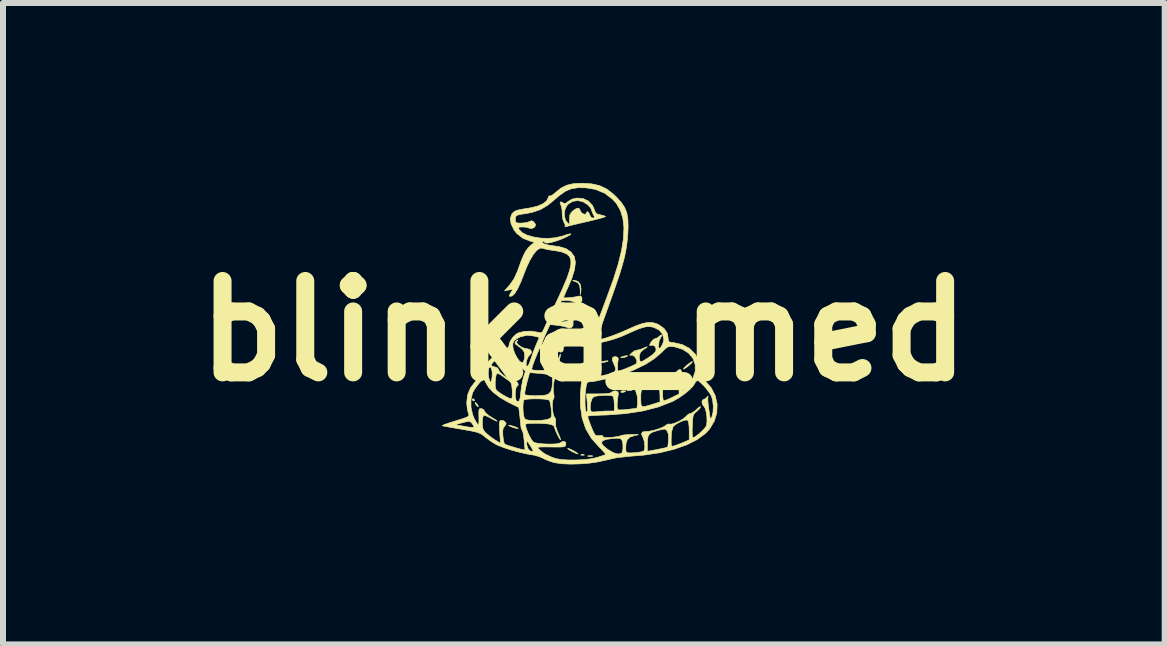
<source format=kicad_pcb>
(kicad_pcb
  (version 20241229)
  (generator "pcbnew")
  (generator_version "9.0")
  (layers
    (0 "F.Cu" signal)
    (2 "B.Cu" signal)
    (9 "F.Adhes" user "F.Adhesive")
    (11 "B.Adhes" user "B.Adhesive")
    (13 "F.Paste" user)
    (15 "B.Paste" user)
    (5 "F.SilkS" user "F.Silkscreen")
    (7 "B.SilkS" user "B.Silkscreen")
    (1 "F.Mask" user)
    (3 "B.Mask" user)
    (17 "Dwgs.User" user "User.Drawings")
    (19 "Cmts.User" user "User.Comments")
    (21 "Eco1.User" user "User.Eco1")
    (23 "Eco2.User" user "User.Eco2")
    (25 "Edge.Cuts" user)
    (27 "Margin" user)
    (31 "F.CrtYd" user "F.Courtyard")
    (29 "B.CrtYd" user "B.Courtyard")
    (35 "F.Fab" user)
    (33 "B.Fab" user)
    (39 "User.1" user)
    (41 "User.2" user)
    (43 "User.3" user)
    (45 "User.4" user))
  (footprint "blinka_med"
    (layer "F.Cu")
    (at 6.684 2.469)
    (property "Reference" "blinka_med" (at 0 0 0) (layer "F.SilkS") (effects (font (size 1.524 1.524) (thickness 0.3))))
    (attr through_hole)
    (fp_poly (pts (xy -0.113 -0.416) (xy -0.11 -0.391) (xy -0.113 -0.388) (xy -0.125 -0.391) (xy -0.127 -0.402) (xy -0.119 -0.42) (xy -0.113 -0.416)) (stroke (width 0.01) (type solid)) (fill yes) (layer "F.SilkS"))
    (fp_poly (pts (xy 0.005 2.06) (xy 0.008 2.068) (xy -0.021 2.071) (xy -0.051 2.068) (xy -0.048 2.06) (xy -0.004 2.058) (xy 0.005 2.06)) (stroke (width 0.01) (type solid)) (fill yes) (layer "F.SilkS"))
    (fp_poly (pts (xy -1.809 1.191) (xy -1.787 1.211) (xy -1.763 1.243) (xy -1.762 1.261) (xy -1.779 1.254) (xy -1.8 1.224) (xy -1.816 1.191) (xy -1.809 1.191)) (stroke (width 0.01) (type solid)) (fill yes) (layer "F.SilkS"))
    (fp_poly (pts (xy -1.841 1.132) (xy -1.821 1.151) (xy -1.82 1.155) (xy -1.837 1.164) (xy -1.841 1.164) (xy -1.862 1.148) (xy -1.863 1.142) (xy -1.85 1.129) (xy -1.841 1.132)) (stroke (width 0.01) (type solid)) (fill yes) (layer "F.SilkS"))
    (fp_poly (pts (xy 0.143 2.081) (xy 0.149 2.087) (xy 0.12 2.09) (xy 0.106 2.091) (xy 0.067 2.088) (xy 0.063 2.083) (xy 0.069 2.081) (xy 0.122 2.078) (xy 0.143 2.081)) (stroke (width 0.01) (type solid)) (fill yes) (layer "F.SilkS"))
    (fp_poly (pts (xy 0.691 0.998) (xy 0.699 1.003) (xy 0.681 1.014) (xy 0.656 1.022) (xy 0.622 1.023) (xy 0.614 1.014) (xy 0.632 0.998) (xy 0.656 0.995) (xy 0.691 0.998)) (stroke (width 0.01) (type solid)) (fill yes) (layer "F.SilkS"))
    (fp_poly (pts (xy 0.813 0.977) (xy 0.79 0.989) (xy 0.753 0.995) (xy 0.724 0.992) (xy 0.72 0.987) (xy 0.738 0.977) (xy 0.772 0.969) (xy 0.807 0.967) (xy 0.813 0.977)) (stroke (width 0.01) (type solid)) (fill yes) (layer "F.SilkS"))
    (fp_poly (pts (xy -0.248 1.96) (xy -0.201 1.981) (xy -0.167 1.999) (xy -0.113 2.033) (xy -0.096 2.049) (xy -0.112 2.048) (xy -0.159 2.028) (xy -0.198 2.008) (xy -0.245 1.981) (xy -0.269 1.96) (xy -0.27 1.956) (xy -0.248 1.96)) (stroke (width 0.01) (type solid)) (fill yes) (layer "F.SilkS"))
    (fp_poly (pts (xy 0.405 0.5) (xy 0.392 0.507) (xy 0.355 0.518) (xy 0.31 0.526) (xy 0.271 0.529) (xy 0.254 0.525) (xy 0.256 0.521) (xy 0.28 0.514) (xy 0.331 0.504) (xy 0.349 0.501) (xy 0.397 0.495) (xy 0.405 0.5)) (stroke (width 0.01) (type solid)) (fill yes) (layer "F.SilkS"))
    (fp_poly (pts (xy 0.728 0.416) (xy 0.72 0.422) (xy 0.69 0.435) (xy 0.652 0.443) (xy 0.621 0.445) (xy 0.614 0.439) (xy 0.616 0.437) (xy 0.64 0.427) (xy 0.688 0.415) (xy 0.688 0.415) (xy 0.727 0.409) (xy 0.728 0.416)) (stroke (width 0.01) (type solid)) (fill yes) (layer "F.SilkS"))
    (fp_poly (pts (xy -1.209 1.577) (xy -1.152 1.595) (xy -1.143 1.598) (xy -1.104 1.616) (xy -1.095 1.626) (xy -1.101 1.627) (xy -1.141 1.619) (xy -1.198 1.601) (xy -1.206 1.598) (xy -1.246 1.58) (xy -1.254 1.57) (xy -1.249 1.57) (xy -1.209 1.577)) (stroke (width 0.01) (type solid)) (fill yes) (layer "F.SilkS"))
    (fp_poly (pts (xy -0.264 0.007) (xy -0.278 0.057) (xy -0.295 0.108) (xy -0.317 0.165) (xy -0.332 0.197) (xy -0.337 0.2) (xy -0.332 0.168) (xy -0.318 0.118) (xy -0.299 0.062) (xy -0.28 0.013) (xy -0.266 -0.014) (xy -0.262 -0.015) (xy -0.264 0.007)) (stroke (width 0.01) (type solid)) (fill yes) (layer "F.SilkS"))
    (fp_poly (pts (xy -0.1 -0.829) (xy -0.061 -0.782) (xy -0.047 -0.71) (xy -0.048 -0.685) (xy -0.056 -0.603) (xy -0.06 -0.691) (xy -0.072 -0.764) (xy -0.103 -0.808) (xy -0.159 -0.831) (xy -0.188 -0.84) (xy -0.176 -0.843) (xy -0.157 -0.844) (xy -0.1 -0.829)) (stroke (width 0.01) (type solid)) (fill yes) (layer "F.SilkS"))
    (fp_poly (pts (xy 1.168 0.877) (xy 1.138 0.893) (xy 1.122 0.9) (xy 1.064 0.919) (xy 1.02 0.928) (xy 1.016 0.928) (xy 1.012 0.922) (xy 1.042 0.906) (xy 1.058 0.9) (xy 1.116 0.881) (xy 1.16 0.871) (xy 1.164 0.871) (xy 1.168 0.877)) (stroke (width 0.01) (type solid)) (fill yes) (layer "F.SilkS"))
    (fp_poly (pts (xy 1.807 0.52) (xy 1.779 0.55) (xy 1.756 0.571) (xy 1.708 0.609) (xy 1.671 0.631) (xy 1.662 0.634) (xy 1.664 0.623) (xy 1.692 0.593) (xy 1.715 0.572) (xy 1.764 0.534) (xy 1.8 0.512) (xy 1.809 0.509) (xy 1.807 0.52)) (stroke (width 0.01) (type solid)) (fill yes) (layer "F.SilkS"))
    (fp_poly (pts (xy -0.015 -2.21) (xy 0.075 -2.168) (xy 0.143 -2.096) (xy 0.171 -2.034) (xy 0.193 -1.978) (xy 0.223 -1.951) (xy 0.277 -1.937) (xy 0.278 -1.936) (xy 0.33 -1.924) (xy 0.358 -1.912) (xy 0.36 -1.908) (xy 0.34 -1.899) (xy 0.287 -1.883) (xy 0.206 -1.861) (xy 0.105 -1.837) (xy 0.049 -1.824) (xy -0.062 -1.798) (xy -0.161 -1.775) (xy -0.238 -1.756) (xy -0.285 -1.744) (xy -0.295 -1.741) (xy -0.316 -1.738) (xy -0.313 -1.746) (xy -0.312 -1.773) (xy -0.329 -1.807) (xy -0.348 -1.854) (xy -0.359 -1.923) (xy -0.359 -1.925) (xy -0.325 -1.925) (xy -0.307 -1.851) (xy -0.287 -1.822) (xy -0.257 -1.79) (xy -0.243 -1.778) (xy -0.24 -1.797) (xy -0.24 -1.844) (xy -0.241 -1.865) (xy -0.235 -1.931) (xy -0.21 -1.977) (xy -0.184 -2.002) (xy -0.123 -2.044) (xy -0.083 -2.048) (xy -0.061 -2.014) (xy -0.06 -2.006) (xy -0.042 -1.974) (xy -0.01 -1.953) (xy 0.023 -1.946) (xy 0.042 -1.961) (xy 0.042 -1.967) (xy 0.052 -1.99) (xy 0.072 -1.983) (xy 0.092 -1.952) (xy 0.097 -1.937) (xy 0.122 -1.894) (xy 0.149 -1.884) (xy 0.174 -1.888) (xy 0.175 -1.907) (xy 0.158 -1.942) (xy 0.136 -1.99) (xy 0.127 -2.023) (xy 0.113 -2.051) (xy 0.078 -2.092) (xy 0.067 -2.103) (xy -0.014 -2.156) (xy -0.102 -2.175) (xy -0.188 -2.162) (xy -0.261 -2.116) (xy -0.289 -2.082) (xy -0.32 -2.008) (xy -0.325 -1.925) (xy -0.359 -1.925) (xy -0.36 -1.953) (xy -0.364 -2.024) (xy -0.376 -2.082) (xy -0.383 -2.099) (xy -0.396 -2.141) (xy -0.383 -2.156) (xy -0.349 -2.138) (xy -0.321 -2.124) (xy -0.29 -2.137) (xy -0.265 -2.158) (xy -0.199 -2.198) (xy -0.118 -2.217) (xy -0.015 -2.21)) (stroke (width 0.01) (type solid)) (fill yes) (layer "F.SilkS"))
    (fp_poly (pts (xy -0.032 -2.464) (xy 0.13 -2.454) (xy 0.263 -2.424) (xy 0.379 -2.369) (xy 0.489 -2.285) (xy 0.542 -2.235) (xy 0.623 -2.145) (xy 0.68 -2.061) (xy 0.716 -1.971) (xy 0.734 -1.868) (xy 0.738 -1.739) (xy 0.734 -1.642) (xy 0.726 -1.532) (xy 0.714 -1.428) (xy 0.697 -1.324) (xy 0.673 -1.214) (xy 0.64 -1.093) (xy 0.598 -0.953) (xy 0.543 -0.79) (xy 0.476 -0.598) (xy 0.425 -0.457) (xy 0.372 -0.308) (xy 0.323 -0.172) (xy 0.283 -0.054) (xy 0.251 0.04) (xy 0.229 0.107) (xy 0.22 0.14) (xy 0.22 0.143) (xy 0.249 0.145) (xy 0.308 0.133) (xy 0.391 0.108) (xy 0.489 0.074) (xy 0.594 0.033) (xy 0.699 -0.012) (xy 0.728 -0.025) (xy 0.868 -0.087) (xy 0.98 -0.126) (xy 1.072 -0.144) (xy 1.151 -0.14) (xy 1.224 -0.118) (xy 1.245 -0.108) (xy 1.337 -0.043) (xy 1.391 0.037) (xy 1.405 0.117) (xy 1.408 0.159) (xy 1.424 0.181) (xy 1.463 0.191) (xy 1.504 0.195) (xy 1.641 0.226) (xy 1.759 0.288) (xy 1.85 0.377) (xy 1.866 0.4) (xy 1.904 0.468) (xy 1.921 0.528) (xy 1.924 0.605) (xy 1.924 0.619) (xy 1.922 0.687) (xy 1.93 0.731) (xy 1.955 0.768) (xy 2.002 0.813) (xy 2.016 0.825) (xy 2.122 0.944) (xy 2.19 1.077) (xy 2.222 1.219) (xy 2.217 1.363) (xy 2.175 1.503) (xy 2.096 1.633) (xy 2.027 1.708) (xy 1.888 1.81) (xy 1.713 1.898) (xy 1.505 1.971) (xy 1.266 2.029) (xy 1 2.069) (xy 0.777 2.087) (xy 0.551 2.111) (xy 0.36 2.154) (xy 0.235 2.182) (xy 0.089 2.203) (xy -0.067 2.215) (xy -0.221 2.219) (xy -0.361 2.213) (xy -0.476 2.197) (xy -0.506 2.19) (xy -0.585 2.164) (xy -0.657 2.134) (xy -0.686 2.119) (xy -0.748 2.092) (xy -0.826 2.07) (xy -0.857 2.065) (xy -0.968 2.046) (xy -1.093 2.016) (xy -1.221 1.981) (xy -1.337 1.943) (xy -1.431 1.907) (xy -1.464 1.891) (xy -1.543 1.842) (xy -1.624 1.784) (xy -1.653 1.761) (xy -1.689 1.732) (xy -1.726 1.709) (xy -1.771 1.691) (xy -1.833 1.675) (xy -1.92 1.658) (xy -2.039 1.637) (xy -2.147 1.619) (xy -2.242 1.602) (xy -2.313 1.589) (xy -2.354 1.581) (xy -2.36 1.58) (xy -2.351 1.571) (xy -2.327 1.561) (xy -2.148 1.561) (xy -2.064 1.576) (xy -2.002 1.587) (xy -1.954 1.596) (xy -1.947 1.597) (xy -1.9 1.604) (xy -1.867 1.606) (xy -1.835 1.605) (xy -1.833 1.591) (xy -1.854 1.556) (xy -1.877 1.524) (xy -1.902 1.509) (xy -1.939 1.508) (xy -1.999 1.522) (xy -2.043 1.533) (xy -2.148 1.561) (xy -2.327 1.561) (xy -2.309 1.554) (xy -2.241 1.53) (xy -2.194 1.515) (xy -2.08 1.48) (xy -2.001 1.455) (xy -1.951 1.436) (xy -1.925 1.419) (xy -1.916 1.403) (xy -1.92 1.382) (xy -1.928 1.361) (xy -1.942 1.305) (xy -1.946 1.265) (xy -1.882 1.265) (xy -1.856 1.389) (xy -1.829 1.456) (xy -1.797 1.516) (xy -1.771 1.555) (xy -1.759 1.566) (xy -1.752 1.547) (xy -1.749 1.497) (xy -1.75 1.429) (xy -1.751 1.355) (xy -1.748 1.313) (xy -1.736 1.295) (xy -1.713 1.291) (xy -1.712 1.291) (xy -1.67 1.31) (xy -1.657 1.335) (xy -1.633 1.368) (xy -1.584 1.41) (xy -1.537 1.44) (xy -1.483 1.473) (xy -1.451 1.496) (xy -1.448 1.503) (xy -1.476 1.493) (xy -1.527 1.467) (xy -1.559 1.449) (xy -1.616 1.42) (xy -1.659 1.407) (xy -1.672 1.408) (xy -1.684 1.435) (xy -1.692 1.489) (xy -1.693 1.532) (xy -1.69 1.602) (xy -1.675 1.649) (xy -1.641 1.692) (xy -1.625 1.707) (xy -1.559 1.761) (xy -1.486 1.813) (xy -1.473 1.821) (xy -1.39 1.87) (xy -1.403 1.686) (xy -1.408 1.594) (xy -1.408 1.537) (xy -1.401 1.505) (xy -1.387 1.49) (xy -1.384 1.488) (xy -1.345 1.492) (xy -1.317 1.51) (xy -1.296 1.538) (xy -1.303 1.564) (xy -1.322 1.586) (xy -1.345 1.622) (xy -1.353 1.672) (xy -1.35 1.746) (xy -1.341 1.815) (xy -1.329 1.867) (xy -1.32 1.884) (xy -1.295 1.896) (xy -1.243 1.914) (xy -1.175 1.935) (xy -1.104 1.956) (xy -1.04 1.972) (xy -0.996 1.982) (xy -0.982 1.982) (xy -0.983 1.961) (xy -0.987 1.909) (xy -0.992 1.858) (xy -0.954 1.858) (xy -0.951 1.898) (xy -0.939 1.943) (xy -0.92 1.977) (xy -0.919 1.978) (xy -0.882 2.005) (xy -0.854 2.01) (xy -0.847 1.997) (xy -0.857 1.972) (xy -0.881 1.929) (xy -0.91 1.884) (xy -0.934 1.85) (xy -0.944 1.841) (xy -0.954 1.858) (xy -0.992 1.858) (xy -0.994 1.836) (xy -0.995 1.823) (xy -1.005 1.746) (xy -1.016 1.686) (xy -1.028 1.655) (xy -1.029 1.654) (xy -1.044 1.624) (xy -1.05 1.587) (xy -1.055 1.538) (xy -1.062 1.465) (xy -1.069 1.404) (xy -1.085 1.274) (xy -1.12 1.257) (xy -1.015 1.257) (xy -1.013 1.335) (xy -1.004 1.408) (xy -1.003 1.414) (xy -0.99 1.457) (xy -0.963 1.478) (xy -0.909 1.488) (xy -0.902 1.489) (xy -0.804 1.493) (xy -0.706 1.489) (xy -0.623 1.477) (xy -0.572 1.461) (xy -0.549 1.444) (xy -0.539 1.417) (xy -0.538 1.369) (xy -0.543 1.306) (xy -0.553 1.234) (xy -0.565 1.178) (xy -0.575 1.154) (xy -0.606 1.143) (xy -0.665 1.135) (xy -0.743 1.131) (xy -0.827 1.13) (xy -0.905 1.133) (xy -0.966 1.139) (xy -0.998 1.149) (xy -1 1.151) (xy -1.011 1.191) (xy -1.015 1.257) (xy -1.12 1.257) (xy -1.259 1.188) (xy -1.396 1.109) (xy -1.509 1.023) (xy -1.591 0.935) (xy -1.601 0.917) (xy -1.478 0.917) (xy -1.469 0.965) (xy -1.449 0.995) (xy -1.446 0.998) (xy -1.397 1.034) (xy -1.337 1.072) (xy -1.277 1.105) (xy -1.229 1.126) (xy -1.204 1.131) (xy -1.196 1.106) (xy -1.193 1.051) (xy -1.194 0.99) (xy -1.202 0.908) (xy -1.217 0.859) (xy -1.237 0.837) (xy -1.277 0.81) (xy -1.331 0.771) (xy -1.35 0.756) (xy -1.4 0.722) (xy -1.439 0.705) (xy -1.448 0.705) (xy -1.461 0.728) (xy -1.472 0.782) (xy -1.477 0.839) (xy -1.478 0.917) (xy -1.601 0.917) (xy -1.63 0.868) (xy -1.652 0.824) (xy -1.672 0.804) (xy -1.673 0.804) (xy -1.699 0.82) (xy -1.739 0.862) (xy -1.784 0.917) (xy -1.825 0.976) (xy -1.854 1.028) (xy -1.855 1.03) (xy -1.881 1.139) (xy -1.882 1.265) (xy -1.946 1.265) (xy -1.951 1.229) (xy -1.952 1.185) (xy -1.938 1.064) (xy -1.891 0.95) (xy -1.807 0.838) (xy -1.756 0.786) (xy -1.703 0.73) (xy -1.686 0.709) (xy -1.596 0.709) (xy -1.586 0.775) (xy -1.582 0.791) (xy -1.566 0.84) (xy -1.556 0.854) (xy -1.544 0.835) (xy -1.54 0.823) (xy -1.53 0.769) (xy -1.528 0.701) (xy -1.528 0.69) (xy -1.538 0.635) (xy -1.553 0.602) (xy -1.558 0.599) (xy -1.58 0.609) (xy -1.593 0.65) (xy -1.596 0.709) (xy -1.686 0.709) (xy -1.665 0.681) (xy -1.651 0.649) (xy -1.632 0.574) (xy -1.629 0.569) (xy -1.545 0.569) (xy -1.527 0.586) (xy -1.487 0.597) (xy -1.437 0.616) (xy -1.423 0.646) (xy -1.401 0.683) (xy -1.353 0.728) (xy -1.292 0.773) (xy -1.229 0.808) (xy -1.177 0.825) (xy -1.17 0.826) (xy -1.129 0.838) (xy -1.101 0.866) (xy -1.093 0.897) (xy -1.112 0.918) (xy -1.13 0.945) (xy -1.141 0.997) (xy -1.144 1.061) (xy -1.139 1.121) (xy -1.126 1.162) (xy -1.117 1.17) (xy -1.09 1.173) (xy -1.073 1.155) (xy -1.061 1.109) (xy -1.054 1.053) (xy -0.986 1.053) (xy -0.984 1.059) (xy -0.958 1.068) (xy -0.901 1.075) (xy -0.823 1.079) (xy -0.798 1.079) (xy -0.7 1.076) (xy -0.634 1.067) (xy -0.591 1.051) (xy -0.579 1.042) (xy -0.549 1.005) (xy -0.532 0.948) (xy -0.524 0.883) (xy -0.523 0.802) (xy -0.532 0.752) (xy -0.539 0.741) (xy -0.571 0.73) (xy -0.632 0.719) (xy -0.712 0.709) (xy -0.734 0.707) (xy -0.904 0.693) (xy -0.951 0.865) (xy -0.97 0.947) (xy -0.983 1.013) (xy -0.986 1.053) (xy -1.054 1.053) (xy -1.052 1.028) (xy -1.051 1.016) (xy -1.039 0.923) (xy -1.021 0.827) (xy -1.007 0.774) (xy -0.975 0.669) (xy -1.089 0.562) (xy -1.147 0.502) (xy -1.192 0.447) (xy -1.216 0.408) (xy -1.216 0.407) (xy -1.234 0.376) (xy -1.266 0.37) (xy -1.319 0.386) (xy -1.376 0.413) (xy -1.428 0.446) (xy -1.481 0.49) (xy -1.524 0.533) (xy -1.545 0.565) (xy -1.545 0.569) (xy -1.629 0.569) (xy -1.58 0.495) (xy -1.503 0.419) (xy -1.407 0.355) (xy -1.347 0.326) (xy -1.282 0.293) (xy -1.252 0.26) (xy -1.25 0.25) (xy -1.185 0.25) (xy -1.175 0.309) (xy -1.149 0.379) (xy -1.113 0.446) (xy -1.074 0.5) (xy -1.038 0.528) (xy -1.029 0.529) (xy -1.006 0.511) (xy -0.991 0.465) (xy -0.986 0.407) (xy -0.994 0.352) (xy -0.996 0.347) (xy -1.024 0.307) (xy -1.074 0.265) (xy -1.089 0.254) (xy -1.136 0.221) (xy -1.15 0.197) (xy -1.141 0.178) (xy -1.114 0.153) (xy -1.104 0.148) (xy -1.106 0.16) (xy -1.117 0.173) (xy -1.119 0.199) (xy -1.091 0.231) (xy -1.045 0.264) (xy -0.991 0.288) (xy -0.942 0.296) (xy -0.894 0.31) (xy -0.872 0.341) (xy -0.882 0.379) (xy -0.897 0.392) (xy -0.925 0.425) (xy -0.947 0.472) (xy -0.96 0.522) (xy -0.963 0.564) (xy -0.952 0.586) (xy -0.933 0.583) (xy -0.918 0.559) (xy -0.897 0.506) (xy -0.878 0.45) (xy -0.847 0.359) (xy -0.809 0.262) (xy -0.791 0.218) (xy -0.742 0.107) (xy -0.829 0.084) (xy -0.947 0.07) (xy -1.059 0.097) (xy -1.117 0.127) (xy -1.164 0.163) (xy -1.183 0.206) (xy -1.185 0.25) (xy -1.25 0.25) (xy -1.249 0.243) (xy -1.231 0.177) (xy -1.187 0.108) (xy -1.127 0.051) (xy -1.09 0.03) (xy -0.992 0.006) (xy -0.877 0.002) (xy -0.767 0.02) (xy -0.767 0.02) (xy -0.719 0.03) (xy -0.692 0.017) (xy -0.67 -0.027) (xy -0.669 -0.028) (xy -0.652 -0.066) (xy -0.62 -0.136) (xy -0.576 -0.232) (xy -0.523 -0.346) (xy -0.464 -0.473) (xy -0.433 -0.538) (xy -0.347 -0.727) (xy -0.281 -0.883) (xy -0.238 -1.009) (xy -0.216 -1.109) (xy -0.217 -1.186) (xy -0.24 -1.244) (xy -0.287 -1.285) (xy -0.357 -1.315) (xy -0.451 -1.335) (xy -0.519 -1.345) (xy -0.594 -1.356) (xy -0.656 -1.37) (xy -0.684 -1.38) (xy -0.73 -1.382) (xy -0.784 -1.346) (xy -0.842 -1.277) (xy -0.901 -1.177) (xy -0.96 -1.051) (xy -0.994 -0.963) (xy -1.051 -0.817) (xy -1.104 -0.704) (xy -1.152 -0.626) (xy -1.193 -0.586) (xy -1.198 -0.584) (xy -1.235 -0.577) (xy -1.241 -0.597) (xy -1.216 -0.644) (xy -1.181 -0.698) (xy -1.251 -0.684) (xy -1.322 -0.67) (xy -1.237 -0.767) (xy -1.167 -0.866) (xy -1.107 -0.995) (xy -1.091 -1.041) (xy -1.044 -1.171) (xy -1.003 -1.268) (xy -0.965 -1.339) (xy -0.924 -1.392) (xy -0.889 -1.425) (xy -0.824 -1.48) (xy -0.883 -1.495) (xy -1.014 -1.545) (xy -1.119 -1.627) (xy -1.165 -1.688) (xy -1.213 -1.787) (xy -1.224 -1.861) (xy -1.143 -1.861) (xy -1.14 -1.823) (xy -1.124 -1.805) (xy -1.083 -1.8) (xy -1.047 -1.799) (xy -0.979 -1.805) (xy -0.924 -1.818) (xy -0.912 -1.824) (xy -0.871 -1.839) (xy -0.838 -1.822) (xy -0.81 -1.786) (xy -0.804 -1.766) (xy -0.822 -1.731) (xy -0.862 -1.71) (xy -0.906 -1.713) (xy -0.911 -1.716) (xy -0.952 -1.729) (xy -1.012 -1.735) (xy -1.022 -1.735) (xy -1.073 -1.733) (xy -1.09 -1.723) (xy -1.082 -1.698) (xy -1.08 -1.693) (xy -1.03 -1.641) (xy -0.947 -1.599) (xy -0.841 -1.568) (xy -0.72 -1.549) (xy -0.593 -1.545) (xy -0.468 -1.556) (xy -0.354 -1.584) (xy -0.351 -1.585) (xy -0.284 -1.607) (xy -0.236 -1.619) (xy -0.216 -1.62) (xy -0.226 -1.606) (xy -0.266 -1.582) (xy -0.327 -1.553) (xy -0.398 -1.523) (xy -0.471 -1.498) (xy -0.526 -1.482) (xy -0.594 -1.468) (xy -0.633 -1.467) (xy -0.654 -1.479) (xy -0.657 -1.484) (xy -0.681 -1.5) (xy -0.691 -1.496) (xy -0.692 -1.474) (xy -0.658 -1.452) (xy -0.594 -1.434) (xy -0.567 -1.43) (xy -0.487 -1.418) (xy -0.407 -1.407) (xy -0.406 -1.406) (xy -0.3 -1.375) (xy -0.215 -1.318) (xy -0.16 -1.243) (xy -0.158 -1.239) (xy -0.141 -1.146) (xy -0.155 -1.025) (xy -0.201 -0.877) (xy -0.256 -0.748) (xy -0.292 -0.669) (xy -0.32 -0.605) (xy -0.336 -0.566) (xy -0.339 -0.558) (xy -0.32 -0.553) (xy -0.273 -0.554) (xy -0.212 -0.559) (xy -0.149 -0.568) (xy -0.098 -0.579) (xy -0.093 -0.581) (xy -0.052 -0.583) (xy -0.035 -0.563) (xy -0.031 -0.509) (xy -0.055 -0.471) (xy -0.096 -0.455) (xy -0.142 -0.471) (xy -0.148 -0.476) (xy -0.194 -0.497) (xy -0.263 -0.508) (xy -0.277 -0.508) (xy -0.372 -0.508) (xy -0.45 -0.349) (xy -0.487 -0.273) (xy -0.514 -0.212) (xy -0.528 -0.174) (xy -0.529 -0.169) (xy -0.51 -0.157) (xy -0.463 -0.15) (xy -0.399 -0.149) (xy -0.333 -0.154) (xy -0.277 -0.165) (xy -0.266 -0.169) (xy -0.215 -0.209) (xy -0.177 -0.276) (xy -0.155 -0.326) (xy -0.138 -0.352) (xy -0.135 -0.353) (xy -0.137 -0.331) (xy -0.152 -0.284) (xy -0.159 -0.268) (xy -0.177 -0.205) (xy -0.18 -0.149) (xy -0.179 -0.141) (xy -0.181 -0.09) (xy -0.209 -0.056) (xy -0.251 -0.048) (xy -0.272 -0.057) (xy -0.312 -0.071) (xy -0.378 -0.086) (xy -0.436 -0.094) (xy -0.564 -0.109) (xy -0.64 0.057) (xy -0.673 0.133) (xy -0.695 0.194) (xy -0.703 0.23) (xy -0.702 0.236) (xy -0.669 0.25) (xy -0.614 0.261) (xy -0.55 0.266) (xy -0.493 0.266) (xy -0.459 0.259) (xy -0.456 0.256) (xy -0.426 0.238) (xy -0.39 0.233) (xy -0.351 0.242) (xy -0.339 0.278) (xy -0.339 0.284) (xy -0.35 0.337) (xy -0.383 0.353) (xy -0.418 0.342) (xy -0.457 0.33) (xy -0.524 0.317) (xy -0.598 0.308) (xy -0.741 0.293) (xy -0.78 0.385) (xy -0.823 0.49) (xy -0.853 0.572) (xy -0.867 0.625) (xy -0.866 0.643) (xy -0.837 0.652) (xy -0.779 0.656) (xy -0.706 0.657) (xy -0.63 0.655) (xy -0.566 0.649) (xy -0.528 0.641) (xy -0.491 0.613) (xy -0.459 0.56) (xy -0.437 0.498) (xy -0.415 0.436) (xy -0.398 0.396) (xy -0.389 0.387) (xy -0.39 0.411) (xy -0.403 0.461) (xy -0.415 0.5) (xy -0.436 0.572) (xy -0.447 0.638) (xy -0.448 0.662) (xy -0.456 0.724) (xy -0.474 0.767) (xy -0.494 0.821) (xy -0.507 0.898) (xy -0.51 0.979) (xy -0.503 1.046) (xy -0.498 1.064) (xy -0.497 1.112) (xy -0.509 1.133) (xy -0.522 1.172) (xy -0.526 1.234) (xy -0.522 1.307) (xy -0.512 1.376) (xy -0.497 1.426) (xy -0.485 1.44) (xy -0.469 1.473) (xy -0.472 1.518) (xy -0.469 1.589) (xy -0.437 1.683) (xy -0.432 1.693) (xy -0.406 1.754) (xy -0.39 1.798) (xy -0.388 1.814) (xy -0.401 1.801) (xy -0.423 1.763) (xy -0.448 1.712) (xy -0.471 1.66) (xy -0.485 1.621) (xy -0.487 1.611) (xy -0.5 1.581) (xy -0.541 1.559) (xy -0.615 1.546) (xy -0.726 1.539) (xy -0.761 1.538) (xy -0.866 1.538) (xy -0.933 1.542) (xy -0.967 1.551) (xy -0.974 1.56) (xy -0.964 1.611) (xy -0.939 1.68) (xy -0.906 1.753) (xy -0.871 1.815) (xy -0.841 1.851) (xy -0.841 1.852) (xy -0.801 1.866) (xy -0.734 1.876) (xy -0.652 1.883) (xy -0.565 1.885) (xy -0.486 1.883) (xy -0.424 1.876) (xy -0.393 1.864) (xy -0.392 1.863) (xy -0.362 1.845) (xy -0.336 1.841) (xy -0.304 1.852) (xy -0.3 1.889) (xy -0.305 1.91) (xy -0.317 1.923) (xy -0.344 1.931) (xy -0.393 1.934) (xy -0.472 1.934) (xy -0.547 1.933) (xy -0.65 1.932) (xy -0.717 1.933) (xy -0.754 1.936) (xy -0.766 1.944) (xy -0.761 1.957) (xy -0.749 1.971) (xy -0.659 2.044) (xy -0.536 2.103) (xy -0.464 2.127) (xy -0.373 2.143) (xy -0.255 2.15) (xy -0.122 2.15) (xy 0.011 2.143) (xy 0.131 2.128) (xy 0.222 2.107) (xy 0.288 2.086) (xy 0.339 2.069) (xy 0.356 2.064) (xy 0.356 2.045) (xy 0.325 2.004) (xy 0.264 1.942) (xy 0.258 1.937) (xy 0.192 1.863) (xy 0.295 1.863) (xy 0.318 1.906) (xy 0.382 1.961) (xy 0.407 1.979) (xy 0.493 2.029) (xy 0.559 2.048) (xy 0.582 2.049) (xy 0.623 2.041) (xy 0.642 2.019) (xy 0.651 1.971) (xy 0.652 1.953) (xy 0.651 1.887) (xy 0.64 1.832) (xy 0.636 1.822) (xy 0.619 1.8) (xy 0.594 1.789) (xy 0.547 1.787) (xy 0.471 1.793) (xy 0.371 1.807) (xy 0.312 1.831) (xy 0.295 1.863) (xy 0.192 1.863) (xy 0.128 1.792) (xy 0.032 1.631) (xy -0.029 1.45) (xy -0.033 1.421) (xy 0.064 1.421) (xy 0.071 1.452) (xy 0.09 1.509) (xy 0.116 1.578) (xy 0.144 1.646) (xy 0.16 1.682) (xy 0.187 1.73) (xy 0.215 1.746) (xy 0.256 1.743) (xy 0.304 1.74) (xy 0.318 1.757) (xy 0.33 1.772) (xy 0.37 1.777) (xy 0.445 1.774) (xy 0.453 1.773) (xy 0.528 1.765) (xy 0.588 1.754) (xy 0.617 1.744) (xy 0.652 1.735) (xy 0.715 1.728) (xy 0.793 1.725) (xy 0.794 1.725) (xy 0.87 1.725) (xy 0.907 1.726) (xy 0.907 1.73) (xy 0.874 1.737) (xy 0.843 1.744) (xy 0.769 1.768) (xy 0.724 1.811) (xy 0.702 1.881) (xy 0.699 1.948) (xy 0.701 2.002) (xy 0.715 2.026) (xy 0.753 2.032) (xy 0.778 2.032) (xy 0.857 2.028) (xy 0.936 2.018) (xy 0.937 2.018) (xy 0.986 2.008) (xy 1.009 1.989) (xy 1.016 1.949) (xy 1.016 1.916) (xy 1.058 1.916) (xy 1.058 2.006) (xy 1.222 1.975) (xy 1.301 1.959) (xy 1.361 1.946) (xy 1.393 1.936) (xy 1.395 1.935) (xy 1.402 1.911) (xy 1.408 1.858) (xy 1.412 1.815) (xy 1.412 1.802) (xy 1.456 1.802) (xy 1.456 1.868) (xy 1.459 1.917) (xy 1.479 1.921) (xy 1.536 1.905) (xy 1.629 1.869) (xy 1.656 1.858) (xy 1.757 1.815) (xy 1.757 1.663) (xy 1.754 1.585) (xy 1.746 1.523) (xy 1.735 1.489) (xy 1.734 1.488) (xy 1.702 1.483) (xy 1.65 1.497) (xy 1.589 1.523) (xy 1.532 1.556) (xy 1.492 1.589) (xy 1.482 1.61) (xy 1.474 1.648) (xy 1.468 1.657) (xy 1.463 1.682) (xy 1.458 1.735) (xy 1.456 1.802) (xy 1.412 1.802) (xy 1.41 1.725) (xy 1.391 1.668) (xy 1.388 1.664) (xy 1.369 1.644) (xy 1.347 1.635) (xy 1.31 1.639) (xy 1.247 1.654) (xy 1.22 1.662) (xy 1.146 1.685) (xy 1.099 1.712) (xy 1.072 1.752) (xy 1.061 1.816) (xy 1.058 1.912) (xy 1.058 1.916) (xy 1.016 1.916) (xy 1.016 1.912) (xy 1.008 1.841) (xy 0.989 1.78) (xy 0.982 1.768) (xy 0.961 1.716) (xy 0.976 1.684) (xy 1.027 1.675) (xy 1.033 1.676) (xy 1.092 1.671) (xy 1.168 1.655) (xy 1.247 1.631) (xy 1.316 1.604) (xy 1.36 1.578) (xy 1.366 1.572) (xy 1.404 1.549) (xy 1.427 1.552) (xy 1.467 1.551) (xy 1.529 1.531) (xy 1.598 1.499) (xy 1.661 1.461) (xy 1.704 1.424) (xy 1.708 1.419) (xy 1.744 1.385) (xy 1.773 1.376) (xy 1.808 1.362) (xy 1.857 1.327) (xy 1.878 1.308) (xy 1.918 1.273) (xy 1.943 1.26) (xy 1.947 1.264) (xy 1.932 1.292) (xy 1.894 1.329) (xy 1.882 1.34) (xy 1.85 1.366) (xy 1.831 1.393) (xy 1.819 1.43) (xy 1.813 1.489) (xy 1.808 1.58) (xy 1.808 1.584) (xy 1.806 1.669) (xy 1.808 1.735) (xy 1.814 1.773) (xy 1.818 1.778) (xy 1.853 1.764) (xy 1.904 1.727) (xy 1.96 1.678) (xy 2.009 1.628) (xy 2.04 1.586) (xy 2.045 1.575) (xy 2.053 1.508) (xy 2.051 1.429) (xy 2.04 1.352) (xy 2.023 1.29) (xy 2.004 1.259) (xy 1.979 1.226) (xy 1.969 1.185) (xy 1.975 1.152) (xy 1.992 1.143) (xy 2.023 1.129) (xy 2.05 1.105) (xy 2.071 1.084) (xy 2.071 1.089) (xy 2.067 1.119) (xy 2.069 1.18) (xy 2.077 1.261) (xy 2.083 1.302) (xy 2.096 1.39) (xy 2.105 1.442) (xy 2.114 1.462) (xy 2.124 1.455) (xy 2.134 1.433) (xy 2.154 1.351) (xy 2.158 1.25) (xy 2.147 1.151) (xy 2.129 1.091) (xy 2.099 1.037) (xy 2.053 0.975) (xy 2.001 0.913) (xy 1.949 0.862) (xy 1.908 0.83) (xy 1.893 0.826) (xy 1.865 0.843) (xy 1.853 0.866) (xy 1.822 0.916) (xy 1.762 0.979) (xy 1.682 1.046) (xy 1.591 1.11) (xy 1.497 1.164) (xy 1.471 1.177) (xy 1.239 1.267) (xy 0.982 1.333) (xy 0.695 1.377) (xy 0.376 1.4) (xy 0.323 1.401) (xy 0.224 1.405) (xy 0.142 1.409) (xy 0.086 1.415) (xy 0.064 1.42) (xy 0.064 1.421) (xy -0.033 1.421) (xy -0.058 1.245) (xy -0.058 1.157) (xy 0.019 1.157) (xy 0.021 1.242) (xy 0.027 1.307) (xy 0.035 1.339) (xy 0.052 1.355) (xy 0.061 1.333) (xy 0.062 1.272) (xy 0.061 1.263) (xy 0.106 1.263) (xy 0.111 1.319) (xy 0.122 1.342) (xy 0.151 1.35) (xy 0.203 1.347) (xy 0.212 1.346) (xy 0.278 1.339) (xy 0.361 1.334) (xy 0.397 1.334) (xy 0.508 1.333) (xy 0.508 1.22) (xy 0.503 1.148) (xy 0.491 1.098) (xy 0.482 1.084) (xy 0.446 1.074) (xy 0.38 1.071) (xy 0.306 1.074) (xy 0.227 1.081) (xy 0.179 1.091) (xy 0.151 1.108) (xy 0.133 1.137) (xy 0.132 1.139) (xy 0.114 1.198) (xy 0.106 1.263) (xy 0.061 1.263) (xy 0.057 1.201) (xy 0.044 1.048) (xy 0.245 1.048) (xy 0.35 1.046) (xy 0.419 1.039) (xy 0.456 1.027) (xy 0.464 1.019) (xy 0.496 1) (xy 0.532 0.998) (xy 0.57 1.014) (xy 0.575 1.048) (xy 0.562 1.136) (xy 0.555 1.216) (xy 0.556 1.277) (xy 0.563 1.309) (xy 0.564 1.31) (xy 0.593 1.315) (xy 0.651 1.314) (xy 0.727 1.307) (xy 0.733 1.306) (xy 0.884 1.288) (xy 0.897 1.205) (xy 0.894 1.095) (xy 0.878 1.044) (xy 0.856 0.97) (xy 0.864 0.927) (xy 0.902 0.913) (xy 0.915 0.914) (xy 0.952 0.935) (xy 0.961 0.983) (xy 0.953 1.027) (xy 0.95 1.059) (xy 0.949 1.117) (xy 0.95 1.159) (xy 0.952 1.213) (xy 0.959 1.246) (xy 0.979 1.26) (xy 1.02 1.257) (xy 1.087 1.239) (xy 1.169 1.214) (xy 1.27 1.182) (xy 1.269 1.062) (xy 1.267 1.035) (xy 1.313 1.035) (xy 1.315 1.101) (xy 1.322 1.148) (xy 1.333 1.164) (xy 1.362 1.155) (xy 1.416 1.133) (xy 1.471 1.107) (xy 1.587 1.05) (xy 1.587 0.908) (xy 1.583 0.818) (xy 1.566 0.766) (xy 1.532 0.749) (xy 1.477 0.762) (xy 1.427 0.787) (xy 1.362 0.83) (xy 1.33 0.877) (xy 1.325 0.896) (xy 1.316 0.963) (xy 1.313 1.035) (xy 1.267 1.035) (xy 1.263 0.979) (xy 1.247 0.918) (xy 1.238 0.901) (xy 1.221 0.856) (xy 1.242 0.822) (xy 1.295 0.805) (xy 1.31 0.804) (xy 1.377 0.789) (xy 1.456 0.748) (xy 1.532 0.69) (xy 1.546 0.677) (xy 1.586 0.644) (xy 1.613 0.643) (xy 1.63 0.675) (xy 1.639 0.744) (xy 1.64 0.822) (xy 1.642 0.902) (xy 1.645 0.962) (xy 1.65 0.993) (xy 1.652 0.995) (xy 1.679 0.978) (xy 1.719 0.936) (xy 1.763 0.879) (xy 1.803 0.817) (xy 1.818 0.789) (xy 1.857 0.672) (xy 1.856 0.559) (xy 1.82 0.458) (xy 1.75 0.372) (xy 1.65 0.306) (xy 1.523 0.266) (xy 1.498 0.262) (xy 1.446 0.257) (xy 1.408 0.262) (xy 1.372 0.283) (xy 1.325 0.327) (xy 1.299 0.354) (xy 1.179 0.458) (xy 1.03 0.554) (xy 0.845 0.644) (xy 0.748 0.685) (xy 0.656 0.718) (xy 0.543 0.752) (xy 0.422 0.784) (xy 0.303 0.812) (xy 0.197 0.834) (xy 0.115 0.845) (xy 0.089 0.847) (xy 0.065 0.853) (xy 0.049 0.877) (xy 0.037 0.929) (xy 0.03 0.979) (xy 0.022 1.065) (xy 0.019 1.157) (xy -0.058 1.157) (xy -0.057 1.051) (xy -0.045 0.898) (xy -0.025 0.761) (xy 0.046 0.761) (xy 0.054 0.779) (xy 0.079 0.782) (xy 0.101 0.779) (xy 0.139 0.77) (xy 0.153 0.747) (xy 0.151 0.699) (xy 0.14 0.635) (xy 0.122 0.583) (xy 0.121 0.582) (xy 0.107 0.562) (xy 0.095 0.569) (xy 0.081 0.609) (xy 0.071 0.646) (xy 0.052 0.72) (xy 0.046 0.761) (xy -0.025 0.761) (xy -0.023 0.742) (xy 0.01 0.576) (xy 0.036 0.47) (xy 0.132 0.47) (xy 0.139 0.484) (xy 0.156 0.487) (xy 0.166 0.487) (xy 0.21 0.496) (xy 0.222 0.528) (xy 0.208 0.586) (xy 0.197 0.637) (xy 0.197 0.693) (xy 0.206 0.74) (xy 0.223 0.762) (xy 0.225 0.762) (xy 0.25 0.757) (xy 0.305 0.745) (xy 0.378 0.728) (xy 0.383 0.727) (xy 0.469 0.702) (xy 0.517 0.674) (xy 0.531 0.636) (xy 0.516 0.582) (xy 0.497 0.541) (xy 0.477 0.49) (xy 0.475 0.451) (xy 0.475 0.45) (xy 0.5 0.429) (xy 0.536 0.428) (xy 0.567 0.442) (xy 0.574 0.466) (xy 0.566 0.518) (xy 0.562 0.578) (xy 0.562 0.632) (xy 0.567 0.663) (xy 0.569 0.665) (xy 0.595 0.662) (xy 0.648 0.646) (xy 0.714 0.62) (xy 0.782 0.591) (xy 0.841 0.564) (xy 0.877 0.542) (xy 0.883 0.535) (xy 0.882 0.489) (xy 0.859 0.441) (xy 0.824 0.408) (xy 0.805 0.402) (xy 0.762 0.402) (xy 0.804 0.36) (xy 0.851 0.328) (xy 0.89 0.318) (xy 0.939 0.308) (xy 0.996 0.285) (xy 1.038 0.266) (xy 1.058 0.263) (xy 1.058 0.263) (xy 1.042 0.279) (xy 1.001 0.304) (xy 0.997 0.306) (xy 0.943 0.355) (xy 0.923 0.426) (xy 0.93 0.481) (xy 0.938 0.504) (xy 0.951 0.512) (xy 0.979 0.503) (xy 1.028 0.474) (xy 1.074 0.445) (xy 1.152 0.39) (xy 1.195 0.345) (xy 1.205 0.302) (xy 1.188 0.257) (xy 1.187 0.256) (xy 1.154 0.237) (xy 1.126 0.238) (xy 1.099 0.243) (xy 1.097 0.23) (xy 1.117 0.191) (xy 1.119 0.188) (xy 1.153 0.146) (xy 1.186 0.127) (xy 1.188 0.127) (xy 1.23 0.112) (xy 1.249 0.095) (xy 1.281 0.069) (xy 1.297 0.064) (xy 1.302 0.076) (xy 1.286 0.101) (xy 1.255 0.163) (xy 1.246 0.251) (xy 1.247 0.275) (xy 1.257 0.292) (xy 1.277 0.278) (xy 1.3 0.244) (xy 1.32 0.2) (xy 1.332 0.154) (xy 1.333 0.138) (xy 1.314 0.054) (xy 1.258 -0.014) (xy 1.171 -0.059) (xy 1.166 -0.061) (xy 1.108 -0.073) (xy 1.048 -0.073) (xy 0.979 -0.058) (xy 0.892 -0.027) (xy 0.779 0.022) (xy 0.736 0.042) (xy 0.627 0.09) (xy 0.523 0.128) (xy 0.408 0.162) (xy 0.267 0.196) (xy 0.249 0.199) (xy 0.206 0.22) (xy 0.179 0.264) (xy 0.171 0.291) (xy 0.148 0.382) (xy 0.135 0.439) (xy 0.132 0.47) (xy 0.036 0.47) (xy 0.054 0.398) (xy 0.112 0.201) (xy 0.184 -0.019) (xy 0.273 -0.266) (xy 0.378 -0.547) (xy 0.387 -0.572) (xy 0.493 -0.862) (xy 0.574 -1.12) (xy 0.63 -1.349) (xy 0.661 -1.55) (xy 0.668 -1.726) (xy 0.651 -1.878) (xy 0.61 -2.01) (xy 0.545 -2.124) (xy 0.48 -2.197) (xy 0.349 -2.297) (xy 0.195 -2.361) (xy 0.04 -2.387) (xy -0.096 -2.39) (xy -0.208 -2.372) (xy -0.307 -2.331) (xy -0.408 -2.26) (xy -0.475 -2.202) (xy -0.602 -2.097) (xy -0.726 -2.024) (xy -0.859 -1.979) (xy -0.963 -1.959) (xy -1.05 -1.946) (xy -1.104 -1.933) (xy -1.131 -1.915) (xy -1.142 -1.888) (xy -1.143 -1.861) (xy -1.224 -1.861) (xy -1.226 -1.874) (xy -1.204 -1.946) (xy -1.186 -1.968) (xy -1.165 -1.988) (xy -1.141 -2.002) (xy -1.108 -2.014) (xy -1.056 -2.026) (xy -0.977 -2.04) (xy -0.895 -2.053) (xy -0.775 -2.081) (xy -0.682 -2.121) (xy -0.62 -2.17) (xy -0.596 -2.218) (xy -0.583 -2.25) (xy -0.568 -2.252) (xy -0.541 -2.257) (xy -0.499 -2.286) (xy -0.48 -2.303) (xy -0.384 -2.381) (xy -0.286 -2.431) (xy -0.173 -2.457) (xy -0.033 -2.464) (xy -0.032 -2.464)) (stroke (width 0.01) (type solid)) (fill yes) (layer "F.SilkS")))
  (gr_rect
    (start -3 -3)
    (end 16.368 7.693)
    (stroke (width 0.1) (type default))
    (fill no)
    (layer "Edge.Cuts")))
</source>
